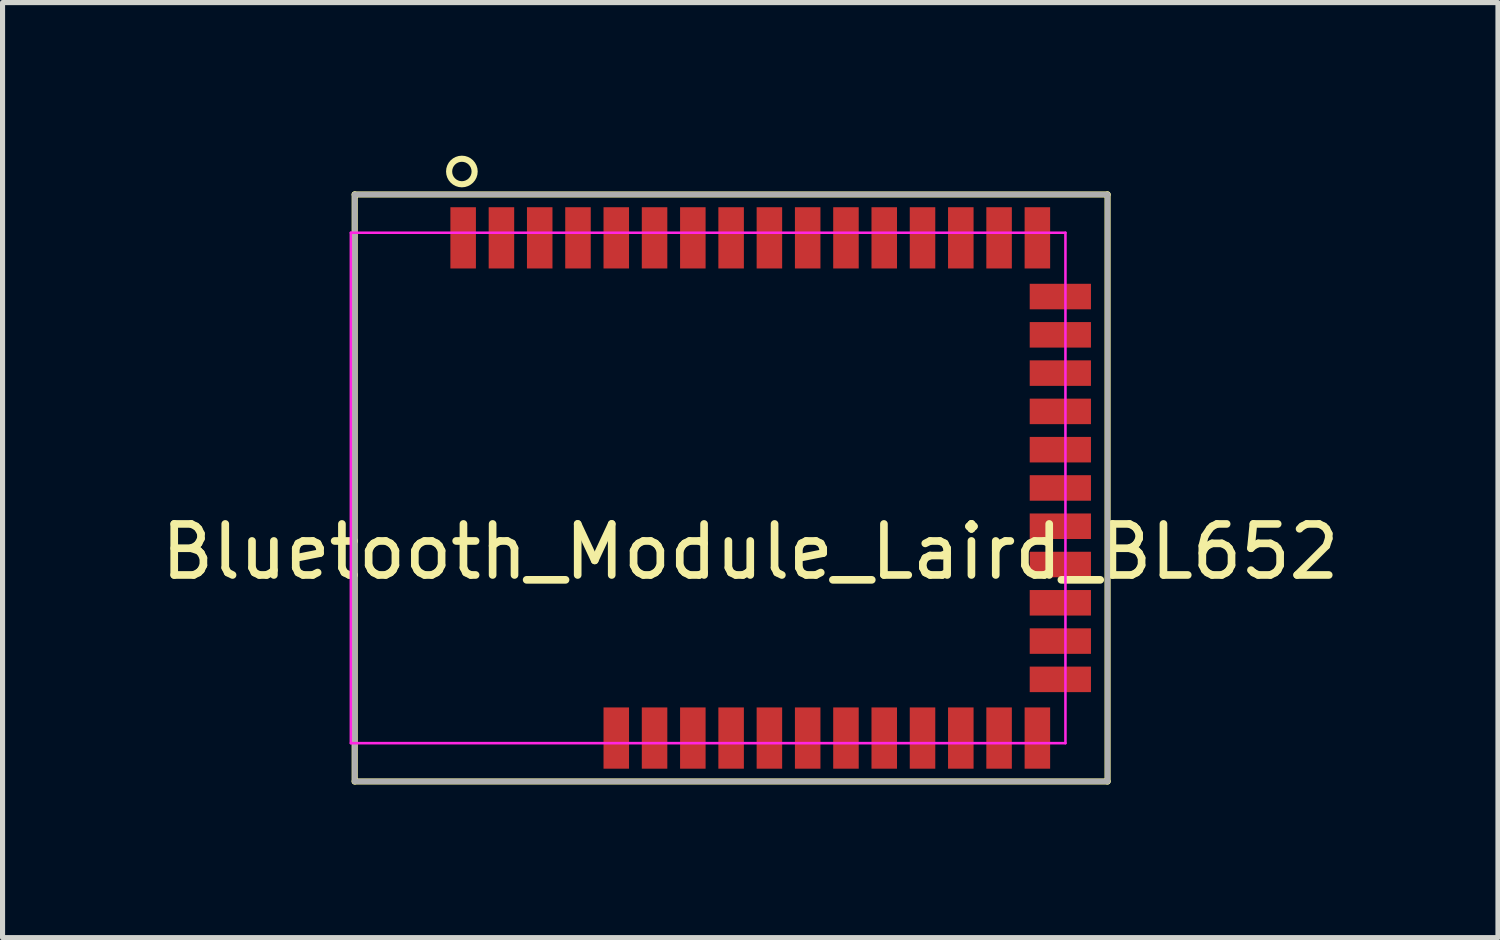
<source format=kicad_pcb>
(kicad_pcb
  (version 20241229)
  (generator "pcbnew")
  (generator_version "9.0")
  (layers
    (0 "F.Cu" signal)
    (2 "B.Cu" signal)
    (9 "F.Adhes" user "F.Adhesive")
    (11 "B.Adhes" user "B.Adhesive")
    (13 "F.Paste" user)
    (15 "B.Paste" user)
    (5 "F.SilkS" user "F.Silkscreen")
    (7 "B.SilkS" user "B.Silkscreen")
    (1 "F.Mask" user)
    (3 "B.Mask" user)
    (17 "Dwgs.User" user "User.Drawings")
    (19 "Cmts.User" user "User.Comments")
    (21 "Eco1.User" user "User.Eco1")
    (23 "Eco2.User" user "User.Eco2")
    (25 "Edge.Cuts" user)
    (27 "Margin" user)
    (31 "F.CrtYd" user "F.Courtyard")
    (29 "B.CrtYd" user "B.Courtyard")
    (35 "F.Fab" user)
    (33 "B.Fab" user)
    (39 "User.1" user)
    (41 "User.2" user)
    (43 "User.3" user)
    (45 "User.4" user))
  (footprint "Bluetooth_Module_Laird_BL652"
    (layer "F.Cu")
    (at 11.649 6.51)
    (property "Reference" "Bluetooth_Module_Laird_BL652" (at 0 1.25 180) (layer "F.SilkS") (effects (font (size 1 1) (thickness 0.15))))
    (attr through_hole)
    (fp_line (start -7.75 -5.75) (end 7 -5.75) (stroke (width 0.12) (type solid)) (layer "F.SilkS"))
    (fp_line (start -7.75 5.75) (end -7.75 -5.75) (stroke (width 0.12) (type solid)) (layer "F.SilkS"))
    (fp_line (start 7 -5.75) (end 7 5.75) (stroke (width 0.12) (type solid)) (layer "F.SilkS"))
    (fp_line (start 7 5.75) (end -7.75 5.75) (stroke (width 0.12) (type solid)) (layer "F.SilkS"))
    (fp_circle (center -5.65 -6.2) (end -5.65 -5.95) (stroke (width 0.12) (type solid)) (fill no) (layer "F.SilkS"))
    (fp_line (start -7.825 -5) (end -7.825 5) (stroke (width 0.05) (type solid)) (layer "F.CrtYd"))
    (fp_line (start -7.825 -5) (end 6.175 -5) (stroke (width 0.05) (type solid)) (layer "F.CrtYd"))
    (fp_line (start 6.175 -5) (end 6.175 5) (stroke (width 0.05) (type solid)) (layer "F.CrtYd"))
    (fp_line (start 6.175 5) (end -7.825 5) (stroke (width 0.05) (type solid)) (layer "F.CrtYd"))
    (fp_line (start -7.75 -5.75) (end 7 -5.75) (stroke (width 0.1) (type solid)) (layer "F.Fab"))
    (fp_line (start -7.75 5.75) (end -7.75 -5.75) (stroke (width 0.1) (type solid)) (layer "F.Fab"))
    (fp_line (start 7 -5.75) (end 7 5.75) (stroke (width 0.1) (type solid)) (layer "F.Fab"))
    (fp_line (start 7 5.75) (end -7.75 5.75) (stroke (width 0.1) (type solid)) (layer "F.Fab"))
    (pad "1" smd rect (at -5.625 -4.9 90) (size 1.2 0.5) (layers "F.Cu" "F.Mask" "F.Paste"))
    (pad "2" smd rect (at -4.875 -4.9 90) (size 1.2 0.5) (layers "F.Cu" "F.Mask" "F.Paste"))
    (pad "3" smd rect (at -4.125 -4.9 90) (size 1.2 0.5) (layers "F.Cu" "F.Mask" "F.Paste"))
    (pad "4" smd rect (at -3.375 -4.9 90) (size 1.2 0.5) (layers "F.Cu" "F.Mask" "F.Paste"))
    (pad "5" smd rect (at -2.625 -4.9 90) (size 1.2 0.5) (layers "F.Cu" "F.Mask" "F.Paste"))
    (pad "6" smd rect (at -1.875 -4.9 90) (size 1.2 0.5) (layers "F.Cu" "F.Mask" "F.Paste"))
    (pad "7" smd rect (at -1.125 -4.9 90) (size 1.2 0.5) (layers "F.Cu" "F.Mask" "F.Paste"))
    (pad "8" smd rect (at -0.375 -4.9 90) (size 1.2 0.5) (layers "F.Cu" "F.Mask" "F.Paste"))
    (pad "9" smd rect (at 0.375 -4.9 90) (size 1.2 0.5) (layers "F.Cu" "F.Mask" "F.Paste"))
    (pad "10" smd rect (at 1.125 -4.9 90) (size 1.2 0.5) (layers "F.Cu" "F.Mask" "F.Paste"))
    (pad "11" smd rect (at 1.875 -4.9 90) (size 1.2 0.5) (layers "F.Cu" "F.Mask" "F.Paste"))
    (pad "12" smd rect (at 2.625 -4.9 90) (size 1.2 0.5) (layers "F.Cu" "F.Mask" "F.Paste"))
    (pad "13" smd rect (at 3.375 -4.9 90) (size 1.2 0.5) (layers "F.Cu" "F.Mask" "F.Paste"))
    (pad "14" smd rect (at 4.125 -4.9 90) (size 1.2 0.5) (layers "F.Cu" "F.Mask" "F.Paste"))
    (pad "15" smd rect (at 4.875 -4.9 90) (size 1.2 0.5) (layers "F.Cu" "F.Mask" "F.Paste"))
    (pad "16" smd rect (at 5.625 -4.9 90) (size 1.2 0.5) (layers "F.Cu" "F.Mask" "F.Paste"))
    (pad "17" smd rect (at 6.075 -3.75) (size 1.2 0.5) (layers "F.Cu" "F.Mask" "F.Paste"))
    (pad "18" smd rect (at 6.075 -3) (size 1.2 0.5) (layers "F.Cu" "F.Mask" "F.Paste"))
    (pad "19" smd rect (at 6.075 -2.25) (size 1.2 0.5) (layers "F.Cu" "F.Mask" "F.Paste"))
    (pad "20" smd rect (at 6.075 -1.5) (size 1.2 0.5) (layers "F.Cu" "F.Mask" "F.Paste"))
    (pad "21" smd rect (at 6.075 -0.75) (size 1.2 0.5) (layers "F.Cu" "F.Mask" "F.Paste"))
    (pad "22" smd rect (at 6.075 0) (size 1.2 0.5) (layers "F.Cu" "F.Mask" "F.Paste"))
    (pad "23" smd rect (at 6.075 0.75) (size 1.2 0.5) (layers "F.Cu" "F.Mask" "F.Paste"))
    (pad "24" smd rect (at 6.075 1.5) (size 1.2 0.5) (layers "F.Cu" "F.Mask" "F.Paste"))
    (pad "25" smd rect (at 6.075 2.25) (size 1.2 0.5) (layers "F.Cu" "F.Mask" "F.Paste"))
    (pad "26" smd rect (at 6.075 3) (size 1.2 0.5) (layers "F.Cu" "F.Mask" "F.Paste"))
    (pad "27" smd rect (at 6.075 3.75) (size 1.2 0.5) (layers "F.Cu" "F.Mask" "F.Paste"))
    (pad "28" smd rect (at 5.625 4.9 90) (size 1.2 0.5) (layers "F.Cu" "F.Mask" "F.Paste"))
    (pad "29" smd rect (at 4.875 4.9 90) (size 1.2 0.5) (layers "F.Cu" "F.Mask" "F.Paste"))
    (pad "30" smd rect (at 4.125 4.9 90) (size 1.2 0.5) (layers "F.Cu" "F.Mask" "F.Paste"))
    (pad "31" smd rect (at 3.375 4.9 90) (size 1.2 0.5) (layers "F.Cu" "F.Mask" "F.Paste"))
    (pad "32" smd rect (at 2.625 4.9 90) (size 1.2 0.5) (layers "F.Cu" "F.Mask" "F.Paste"))
    (pad "33" smd rect (at 1.875 4.9 90) (size 1.2 0.5) (layers "F.Cu" "F.Mask" "F.Paste"))
    (pad "34" smd rect (at 1.125 4.9 90) (size 1.2 0.5) (layers "F.Cu" "F.Mask" "F.Paste"))
    (pad "35" smd rect (at 0.375 4.9 90) (size 1.2 0.5) (layers "F.Cu" "F.Mask" "F.Paste"))
    (pad "36" smd rect (at -0.375 4.9 90) (size 1.2 0.5) (layers "F.Cu" "F.Mask" "F.Paste"))
    (pad "37" smd rect (at -1.125 4.9 90) (size 1.2 0.5) (layers "F.Cu" "F.Mask" "F.Paste"))
    (pad "38" smd rect (at -1.875 4.9 90) (size 1.2 0.5) (layers "F.Cu" "F.Mask" "F.Paste"))
    (pad "39" smd rect (at -2.625 4.9 90) (size 1.2 0.5) (layers "F.Cu" "F.Mask" "F.Paste")))
  (gr_rect
    (start -3 -3)
    (end 26.298 15.32)
    (stroke (width 0.1) (type default))
    (fill no)
    (layer "Edge.Cuts")))
</source>
